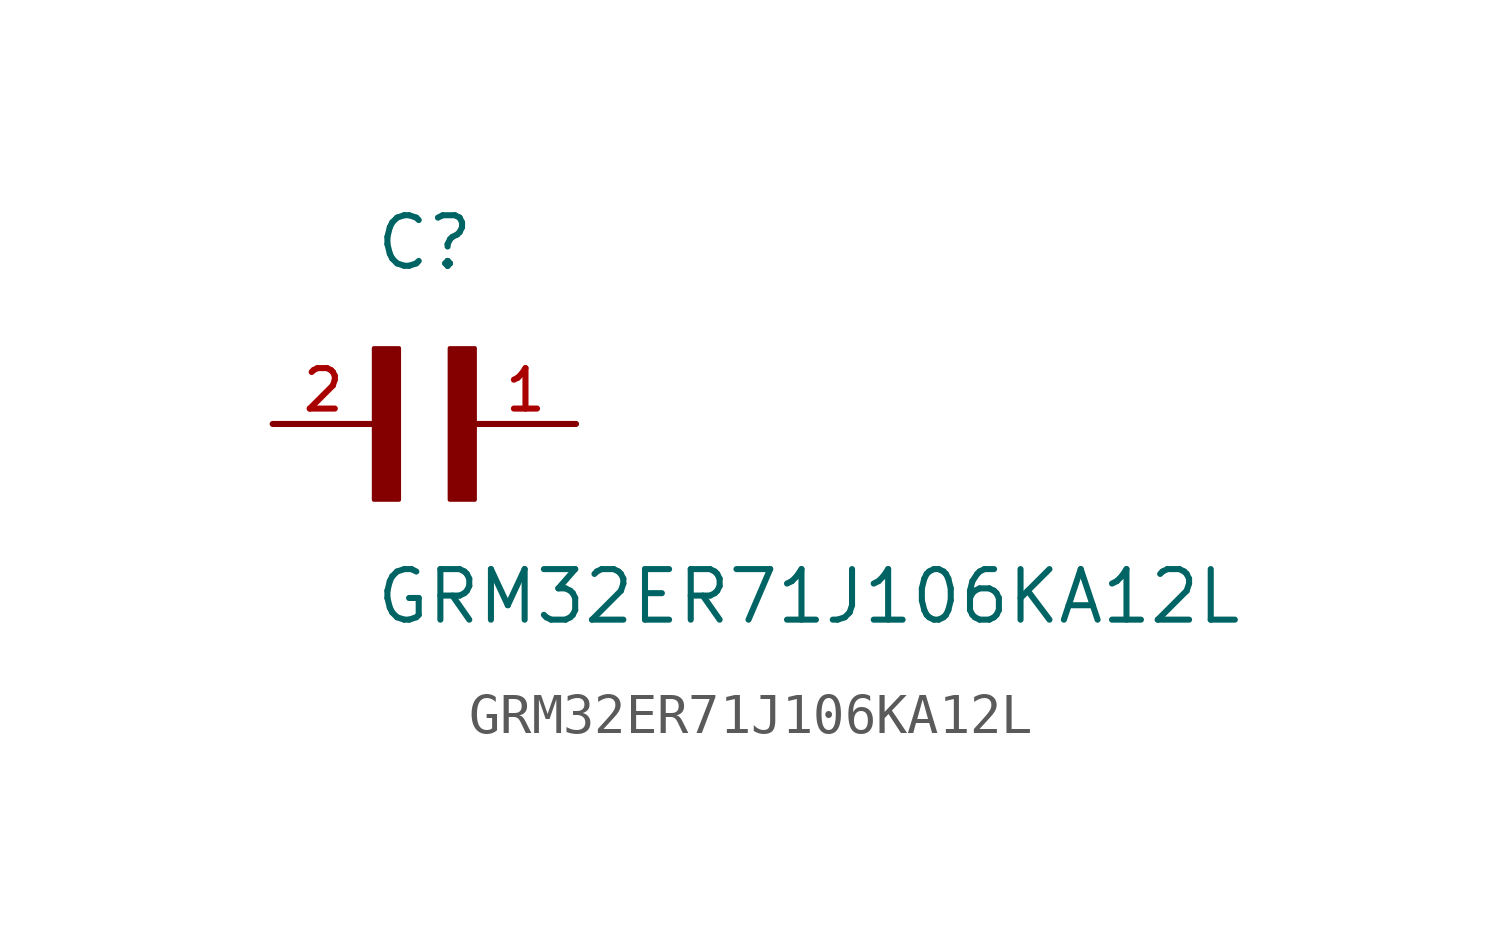
<source format=kicad_sym>
(kicad_symbol_lib
  (version 20211014)
  (generator kicad_symbol_editor)
  (symbol "GRM32ER71J106KA12L"
    (pin_names
      (offset 1.016))
    (property "Reference" "C"
      (at 0.0 3.81 0)
      (effects (font (size 1.27 1.27)) (justify bottom left)))
    (property "Value" "GRM32ER71J106KA12L"
      (at 0.0 -5.08 0)
      (effects (font (size 1.27 1.27)) (justify bottom left)))
    (symbol "GRM32ER71J106KA12L_0_0"
      (rectangle (start 0.0 -1.905) (end 0.635 1.905) (stroke (width 0.1)) (fill (type outline)))
      (rectangle (start 1.905 -1.905) (end 2.54 1.905) (stroke (width 0.1)) (fill (type outline)))
      (pin passive line (at 5.08 0.0 180.0) (length 2.54) (name "~" (effects (font (size 1.016 1.016)))) (number "1" (effects (font (size 1.016 1.016)))))
      (pin passive line (at -2.54 0.0 0) (length 2.54) (name "~" (effects (font (size 1.016 1.016)))) (number "2" (effects (font (size 1.016 1.016))))))))
</source>
